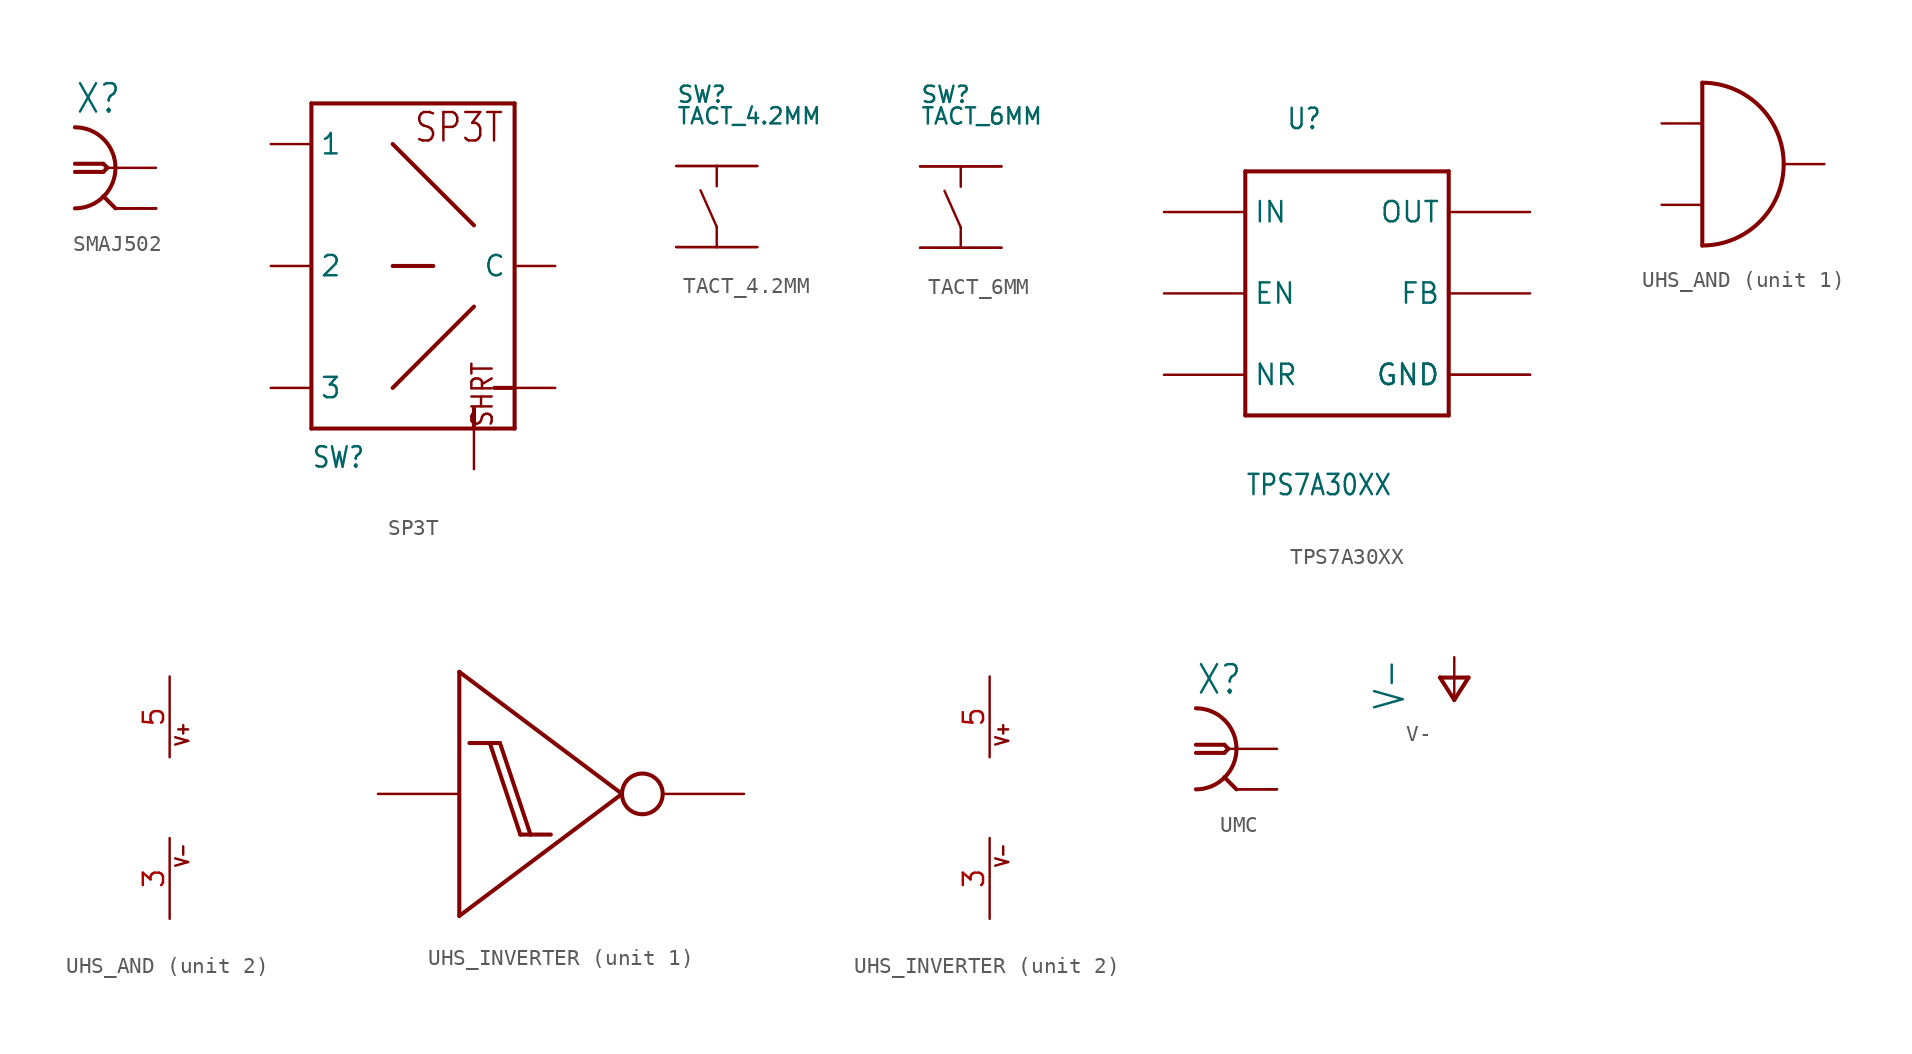
<source format=kicad_sym>
(kicad_symbol_lib
  (version 20211014)
  (generator kicad_symbol_editor)
  (symbol "SMAJ502"
    (property "Reference" "X"
      (at -2.54 3.302 0)
      (effects (font (size 1.778 1.511)) (justify left bottom)))
    (property "ki_locked" ""
      (at 0 0 0)
      (effects (font (size 1.27 1.27))))
    (symbol "SMAJ502_1_0"
      (arc (start -2.54 -2.54) (mid 0 0) (end -2.54 2.54) (stroke (width 0.254) (type default) (color 0 0 0 0)) (fill (type none)))
      (polyline (pts (xy -2.54 0.254) (xy -0.762 0.254)) (stroke (width 0.254) (type default) (color 0 0 0 0)) (fill (type none)))
      (polyline (pts (xy -0.762 -0.254) (xy -2.54 -0.254)) (stroke (width 0.254) (type default) (color 0 0 0 0)) (fill (type none)))
      (polyline (pts (xy -0.762 0.254) (xy -0.508 0)) (stroke (width 0.254) (type default) (color 0 0 0 0)) (fill (type none)))
      (polyline (pts (xy -0.508 0) (xy -0.762 -0.254)) (stroke (width 0.254) (type default) (color 0 0 0 0)) (fill (type none)))
      (polyline (pts (xy 0 -2.54) (xy -0.762 -1.778)) (stroke (width 0.254) (type default) (color 0 0 0 0)) (fill (type none)))
      (polyline (pts (xy 0 0) (xy -0.508 0)) (stroke (width 0.152) (type default) (color 0 0 0 0)) (fill (type none)))
      (pin passive line (at 2.54 0 180) (length 2.54) (name "1" (effects (font (size 0 0)))) (number "1" (effects (font (size 0 0)))))
      (pin passive line (at 2.54 -2.54 180) (length 2.54) (name "2" (effects (font (size 0 0)))) (number "G@1" (effects (font (size 0 0)))))
      (pin passive line (at 2.54 -2.54 180) (length 2.54) (name "2" (effects (font (size 0 0)))) (number "G@2" (effects (font (size 0 0)))))
      (pin passive line (at 2.54 -2.54 180) (length 2.54) (name "2" (effects (font (size 0 0)))) (number "G@3" (effects (font (size 0 0)))))
      (pin passive line (at 2.54 -2.54 180) (length 2.54) (name "2" (effects (font (size 0 0)))) (number "G@4" (effects (font (size 0 0)))))))
  (symbol "SP3T"
    (property "Reference" "SW"
      (at -7.62 -12.7 0)
      (effects (font (size 1.27 1.079)) (justify left bottom)))
    (property "ki_locked" ""
      (at 0 0 0)
      (effects (font (size 1.27 1.27))))
    (symbol "SP3T_1_0"
      (polyline (pts (xy -7.62 -10.16) (xy -7.62 10.16)) (stroke (width 0.254) (type default) (color 0 0 0 0)) (fill (type none)))
      (polyline (pts (xy -7.62 10.16) (xy 5.08 10.16)) (stroke (width 0.254) (type default) (color 0 0 0 0)) (fill (type none)))
      (polyline (pts (xy -2.54 -7.62) (xy 2.54 -2.54)) (stroke (width 0.254) (type default) (color 0 0 0 0)) (fill (type none)))
      (polyline (pts (xy -2.54 0) (xy 0 0)) (stroke (width 0.254) (type default) (color 0 0 0 0)) (fill (type none)))
      (polyline (pts (xy -2.54 7.62) (xy 2.54 2.54)) (stroke (width 0.254) (type default) (color 0 0 0 0)) (fill (type none)))
      (polyline (pts (xy 2.54 -10.16) (xy -7.62 -10.16)) (stroke (width 0.254) (type default) (color 0 0 0 0)) (fill (type none)))
      (polyline (pts (xy 2.54 -10.16) (xy 2.54 -8.89)) (stroke (width 0.254) (type default) (color 0 0 0 0)) (fill (type none)))
      (polyline (pts (xy 5.08 -10.16) (xy 2.54 -10.16)) (stroke (width 0.254) (type default) (color 0 0 0 0)) (fill (type none)))
      (polyline (pts (xy 5.08 -7.62) (xy 3.81 -7.62)) (stroke (width 0.254) (type default) (color 0 0 0 0)) (fill (type none)))
      (polyline (pts (xy 5.08 -7.62) (xy 5.08 -10.16)) (stroke (width 0.254) (type default) (color 0 0 0 0)) (fill (type none)))
      (polyline (pts (xy 5.08 10.16) (xy 5.08 -7.62)) (stroke (width 0.254) (type default) (color 0 0 0 0)) (fill (type none)))
      (text "SHRT" (at 3.81 -10.16 900) (effects (font (size 1.27 1.079)) (justify left bottom)))
      (text "SP3T" (at -1.27 7.62 0) (effects (font (size 1.778 1.511)) (justify left bottom)))
      (pin bidirectional line (at -10.16 -7.62 0) (length 2.54) (name "3" (effects (font (size 1.27 1.27)))) (number "1" (effects (font (size 0 0)))))
      (pin bidirectional line (at 7.62 0 180) (length 2.54) (name "C" (effects (font (size 1.27 1.27)))) (number "2" (effects (font (size 0 0)))))
      (pin bidirectional line (at 7.62 -7.62 180) (length 2.54) (name "D" (effects (font (size 0 0)))) (number "3" (effects (font (size 0 0)))))
      (pin bidirectional line (at -10.16 0 0) (length 2.54) (name "2" (effects (font (size 1.27 1.27)))) (number "4" (effects (font (size 0 0)))))
      (pin bidirectional line (at 2.54 -12.7 90) (length 2.54) (name "E" (effects (font (size 0 0)))) (number "5" (effects (font (size 0 0)))))
      (pin bidirectional line (at -10.16 7.62 0) (length 2.54) (name "1" (effects (font (size 1.27 1.27)))) (number "6" (effects (font (size 0 0)))))))
  (symbol "TACT_4.2MM"
    (property "Reference" "SW"
      (at -2.54 7.62 0)
      (effects (font (size 1.016 1.016)) (justify left top)))
    (property "Value" "TACT_4.2MM"
      (at -2.54 5.08 0)
      (effects (font (size 1.016 1.016)) (justify left bottom)))
    (property "ki_locked" ""
      (at 0 0 0)
      (effects (font (size 1.27 1.27))))
    (symbol "TACT_4.2MM_1_0"
      (polyline (pts (xy -2.54 2.54) (xy 0 2.54)) (stroke (width 0.152) (type default) (color 0 0 0 0)) (fill (type none)))
      (polyline (pts (xy 0 -2.54) (xy -2.54 -2.54)) (stroke (width 0.152) (type default) (color 0 0 0 0)) (fill (type none)))
      (polyline (pts (xy 0 -2.54) (xy 0 -1.27)) (stroke (width 0.152) (type default) (color 0 0 0 0)) (fill (type none)))
      (polyline (pts (xy 0 -1.27) (xy -1.016 1.016)) (stroke (width 0.152) (type default) (color 0 0 0 0)) (fill (type none)))
      (polyline (pts (xy 0 2.54) (xy 0 1.27)) (stroke (width 0.152) (type default) (color 0 0 0 0)) (fill (type none)))
      (polyline (pts (xy 0 2.54) (xy 2.54 2.54)) (stroke (width 0.152) (type default) (color 0 0 0 0)) (fill (type none)))
      (polyline (pts (xy 2.54 -2.54) (xy 0 -2.54)) (stroke (width 0.152) (type default) (color 0 0 0 0)) (fill (type none)))
      (pin bidirectional line (at -2.54 2.54 0) (length 2.54) (name "P$1" (effects (font (size 0 0)))) (number "P$1" (effects (font (size 0 0)))))
      (pin bidirectional line (at 2.54 2.54 180) (length 2.54) (name "P$2" (effects (font (size 0 0)))) (number "P$2" (effects (font (size 0 0)))))
      (pin bidirectional line (at -2.54 -2.54 0) (length 2.54) (name "P$3" (effects (font (size 0 0)))) (number "P$3" (effects (font (size 0 0)))))
      (pin bidirectional line (at 2.54 -2.54 180) (length 2.54) (name "P$4" (effects (font (size 0 0)))) (number "P$4" (effects (font (size 0 0)))))))
  (symbol "TACT_6MM"
    (property "Reference" "SW"
      (at -2.54 7.62 0)
      (effects (font (size 1.016 1.016)) (justify left top)))
    (property "Value" "TACT_6MM"
      (at -2.54 5.08 0)
      (effects (font (size 1.016 1.016)) (justify left bottom)))
    (property "ki_locked" ""
      (at 0 0 0)
      (effects (font (size 1.27 1.27))))
    (symbol "TACT_6MM_1_0"
      (polyline (pts (xy -2.54 2.54) (xy 0 2.54)) (stroke (width 0.152) (type default) (color 0 0 0 0)) (fill (type none)))
      (polyline (pts (xy 0 -2.54) (xy -2.54 -2.54)) (stroke (width 0.152) (type default) (color 0 0 0 0)) (fill (type none)))
      (polyline (pts (xy 0 -2.54) (xy 0 -1.27)) (stroke (width 0.152) (type default) (color 0 0 0 0)) (fill (type none)))
      (polyline (pts (xy 0 -1.27) (xy -1.016 1.016)) (stroke (width 0.152) (type default) (color 0 0 0 0)) (fill (type none)))
      (polyline (pts (xy 0 2.54) (xy 0 1.27)) (stroke (width 0.152) (type default) (color 0 0 0 0)) (fill (type none)))
      (polyline (pts (xy 0 2.54) (xy 2.54 2.54)) (stroke (width 0.152) (type default) (color 0 0 0 0)) (fill (type none)))
      (polyline (pts (xy 2.54 -2.54) (xy 0 -2.54)) (stroke (width 0.152) (type default) (color 0 0 0 0)) (fill (type none)))
      (pin bidirectional line (at -2.54 2.54 0) (length 2.54) (name "P$1" (effects (font (size 0 0)))) (number "P$1" (effects (font (size 0 0)))))
      (pin bidirectional line (at 2.54 2.54 180) (length 2.54) (name "P$2" (effects (font (size 0 0)))) (number "P$2" (effects (font (size 0 0)))))
      (pin bidirectional line (at -2.54 -2.54 0) (length 2.54) (name "P$3" (effects (font (size 0 0)))) (number "P$3" (effects (font (size 0 0)))))
      (pin bidirectional line (at 2.54 -2.54 180) (length 2.54) (name "P$4" (effects (font (size 0 0)))) (number "P$4" (effects (font (size 0 0)))))))
  (symbol "TPS7A30XX"
    (property "Reference" "U"
      (at -2.54 10.16 0)
      (effects (font (size 1.27 1.079)) (justify left bottom)))
    (property "Value" "TPS7A30XX"
      (at -5.08 -12.7 0)
      (effects (font (size 1.27 1.079)) (justify left bottom)))
    (property "ki_locked" ""
      (at 0 0 0)
      (effects (font (size 1.27 1.27))))
    (symbol "TPS7A30XX_1_0"
      (polyline (pts (xy -5.08 -7.62) (xy -5.08 7.62)) (stroke (width 0.254) (type default) (color 0 0 0 0)) (fill (type none)))
      (polyline (pts (xy -5.08 7.62) (xy 7.62 7.62)) (stroke (width 0.254) (type default) (color 0 0 0 0)) (fill (type none)))
      (polyline (pts (xy 7.62 -7.62) (xy -5.08 -7.62)) (stroke (width 0.254) (type default) (color 0 0 0 0)) (fill (type none)))
      (polyline (pts (xy 7.62 7.62) (xy 7.62 -7.62)) (stroke (width 0.254) (type default) (color 0 0 0 0)) (fill (type none)))
      (pin bidirectional line (at -10.16 0 0) (length 5.08) (name "EN" (effects (font (size 1.27 1.27)))) (number "EN" (effects (font (size 0 0)))))
      (pin bidirectional line (at 12.7 0 180) (length 5.08) (name "FB" (effects (font (size 1.27 1.27)))) (number "FB" (effects (font (size 0 0)))))
      (pin bidirectional line (at 12.7 -5.08 180) (length 5.08) (name "GND" (effects (font (size 1.27 1.27)))) (number "GND" (effects (font (size 0 0)))))
      (pin bidirectional line (at 12.7 -5.08 180) (length 5.08) (name "GND" (effects (font (size 1.27 1.27)))) (number "GND1" (effects (font (size 0 0)))))
      (pin bidirectional line (at -10.16 5.08 0) (length 5.08) (name "IN" (effects (font (size 1.27 1.27)))) (number "IN" (effects (font (size 0 0)))))
      (pin bidirectional line (at -10.16 -5.08 0) (length 5.08) (name "NR" (effects (font (size 1.27 1.27)))) (number "NR/SS" (effects (font (size 0 0)))))
      (pin bidirectional line (at 12.7 5.08 180) (length 5.08) (name "OUT" (effects (font (size 1.27 1.27)))) (number "OUT" (effects (font (size 0 0)))))))
  (symbol "UHS_AND"
    (property "Reference" "IC"
      (at 0 5.08 0)
      (effects (font (size 1.27 1.079)) (justify left bottom) hide))
    (property "ki_locked" ""
      (at 0 0 0)
      (effects (font (size 1.27 1.27))))
    (symbol "UHS_AND_1_0"
      (arc (start -2.54 -7.62) (mid 2.54 -2.54) (end -2.54 2.54) (stroke (width 0.254) (type default) (color 0 0 0 0)) (fill (type none)))
      (polyline (pts (xy -2.54 2.54) (xy -2.54 -7.62)) (stroke (width 0.254) (type default) (color 0 0 0 0)) (fill (type none)))
      (pin bidirectional line (at -5.08 0 0) (length 2.54) (name "INA" (effects (font (size 0 0)))) (number "1" (effects (font (size 0 0)))))
      (pin bidirectional line (at -5.08 -5.08 0) (length 2.54) (name "INB" (effects (font (size 0 0)))) (number "2" (effects (font (size 0 0)))))
      (pin bidirectional line (at 5.08 -2.54 180) (length 2.54) (name "OUT" (effects (font (size 0 0)))) (number "4" (effects (font (size 0 0))))))
    (symbol "UHS_AND_2_0"
      (text "V+" (at 1.27 3.175 900) (effects (font (size 0.813 0.691)) (justify left bottom)))
      (text "V-" (at 1.27 -4.445 900) (effects (font (size 0.813 0.691)) (justify left bottom)))
      (pin power_in line (at 0 -7.62 90) (length 5.08) (name "V-" (effects (font (size 0 0)))) (number "3" (effects (font (size 1.27 1.27)))))
      (pin power_in line (at 0 7.62 270) (length 5.08) (name "V+" (effects (font (size 0 0)))) (number "5" (effects (font (size 1.27 1.27)))))))
  (symbol "UHS_INVERTER"
    (property "Reference" "IC"
      (at -5.08 7.62 0)
      (effects (font (size 1.778 1.511)) (justify left bottom) hide))
    (property "ki_locked" ""
      (at 0 0 0)
      (effects (font (size 1.27 1.27))))
    (symbol "UHS_INVERTER_1_0"
      (polyline (pts (xy -10.16 -7.62) (xy -10.16 7.62)) (stroke (width 0.254) (type default) (color 0 0 0 0)) (fill (type none)))
      (polyline (pts (xy -10.16 7.62) (xy 0 0)) (stroke (width 0.254) (type default) (color 0 0 0 0)) (fill (type none)))
      (polyline (pts (xy -8.255 3.175) (xy -9.525 3.175)) (stroke (width 0.254) (type default) (color 0 0 0 0)) (fill (type none)))
      (polyline (pts (xy -8.255 3.175) (xy -7.62 3.175)) (stroke (width 0.254) (type default) (color 0 0 0 0)) (fill (type none)))
      (polyline (pts (xy -8.255 3.175) (xy -6.35 -2.54)) (stroke (width 0.254) (type default) (color 0 0 0 0)) (fill (type none)))
      (polyline (pts (xy -7.62 3.175) (xy -5.715 -2.54)) (stroke (width 0.254) (type default) (color 0 0 0 0)) (fill (type none)))
      (polyline (pts (xy -6.35 -2.54) (xy -5.715 -2.54)) (stroke (width 0.254) (type default) (color 0 0 0 0)) (fill (type none)))
      (polyline (pts (xy -5.715 -2.54) (xy -4.445 -2.54)) (stroke (width 0.254) (type default) (color 0 0 0 0)) (fill (type none)))
      (polyline (pts (xy 0 0) (xy -10.16 -7.62)) (stroke (width 0.254) (type default) (color 0 0 0 0)) (fill (type none)))
      (circle (center 1.27 0) (radius 1.27) (stroke (width 0.254) (type default) (color 0 0 0 0)) (fill (type none)))
      (pin bidirectional line (at -15.24 0 0) (length 5.08) (name "IN" (effects (font (size 0 0)))) (number "2" (effects (font (size 0 0)))))
      (pin bidirectional line (at 7.62 0 180) (length 5.08) (name "OUT" (effects (font (size 0 0)))) (number "4" (effects (font (size 0 0))))))
    (symbol "UHS_INVERTER_2_0"
      (text "V+" (at 1.27 3.175 900) (effects (font (size 0.813 0.691)) (justify left bottom)))
      (text "V-" (at 1.27 -4.445 900) (effects (font (size 0.813 0.691)) (justify left bottom)))
      (pin power_in line (at 0 -7.62 90) (length 5.08) (name "V-" (effects (font (size 0 0)))) (number "3" (effects (font (size 1.27 1.27)))))
      (pin power_in line (at 0 7.62 270) (length 5.08) (name "V+" (effects (font (size 0 0)))) (number "5" (effects (font (size 1.27 1.27)))))))
  (symbol "UMC"
    (property "Reference" "X"
      (at -2.54 3.302 0)
      (effects (font (size 1.778 1.511)) (justify left bottom)))
    (property "ki_locked" ""
      (at 0 0 0)
      (effects (font (size 1.27 1.27))))
    (symbol "UMC_1_0"
      (arc (start -2.54 -2.54) (mid 0 0) (end -2.54 2.54) (stroke (width 0.254) (type default) (color 0 0 0 0)) (fill (type none)))
      (polyline (pts (xy -2.54 0.254) (xy -0.762 0.254)) (stroke (width 0.254) (type default) (color 0 0 0 0)) (fill (type none)))
      (polyline (pts (xy -0.762 -0.254) (xy -2.54 -0.254)) (stroke (width 0.254) (type default) (color 0 0 0 0)) (fill (type none)))
      (polyline (pts (xy -0.762 0.254) (xy -0.508 0)) (stroke (width 0.254) (type default) (color 0 0 0 0)) (fill (type none)))
      (polyline (pts (xy -0.508 0) (xy -0.762 -0.254)) (stroke (width 0.254) (type default) (color 0 0 0 0)) (fill (type none)))
      (polyline (pts (xy 0 -2.54) (xy -0.762 -1.778)) (stroke (width 0.254) (type default) (color 0 0 0 0)) (fill (type none)))
      (polyline (pts (xy 0 0) (xy -0.508 0)) (stroke (width 0.152) (type default) (color 0 0 0 0)) (fill (type none)))
      (pin passive line (at 2.54 0 180) (length 2.54) (name "1" (effects (font (size 0 0)))) (number "P$1" (effects (font (size 0 0)))))
      (pin passive line (at 2.54 -2.54 180) (length 2.54) (name "2" (effects (font (size 0 0)))) (number "P$2" (effects (font (size 0 0)))))
      (pin passive line (at 2.54 -2.54 180) (length 2.54) (name "2" (effects (font (size 0 0)))) (number "P$3" (effects (font (size 0 0)))))))
  (symbol "V-"
    (power)
    (property "Reference" "#P-"
      (at 0 0 0)
      (effects (font (size 1.27 1.27)) hide))
    (property "Value" "V-"
      (at -5.08 2.54 90)
      (effects (font (size 1.778 1.511)) (justify right top)))
    (property "ki_locked" ""
      (at 0 0 0)
      (effects (font (size 1.27 1.27))))
    (symbol "V-_1_0"
      (polyline (pts (xy -0.889 1.27) (xy 0 -0.127)) (stroke (width 0.254) (type default) (color 0 0 0 0)) (fill (type none)))
      (polyline (pts (xy -0.889 1.27) (xy 0.889 1.27)) (stroke (width 0.254) (type default) (color 0 0 0 0)) (fill (type none)))
      (polyline (pts (xy 0 -0.127) (xy 0.889 1.27)) (stroke (width 0.254) (type default) (color 0 0 0 0)) (fill (type none)))
      (pin power_in line (at 0 2.54 270) (length 2.54) (name "V-" (effects (font (size 0 0)))) (number "1" (effects (font (size 0 0))))))))
</source>
